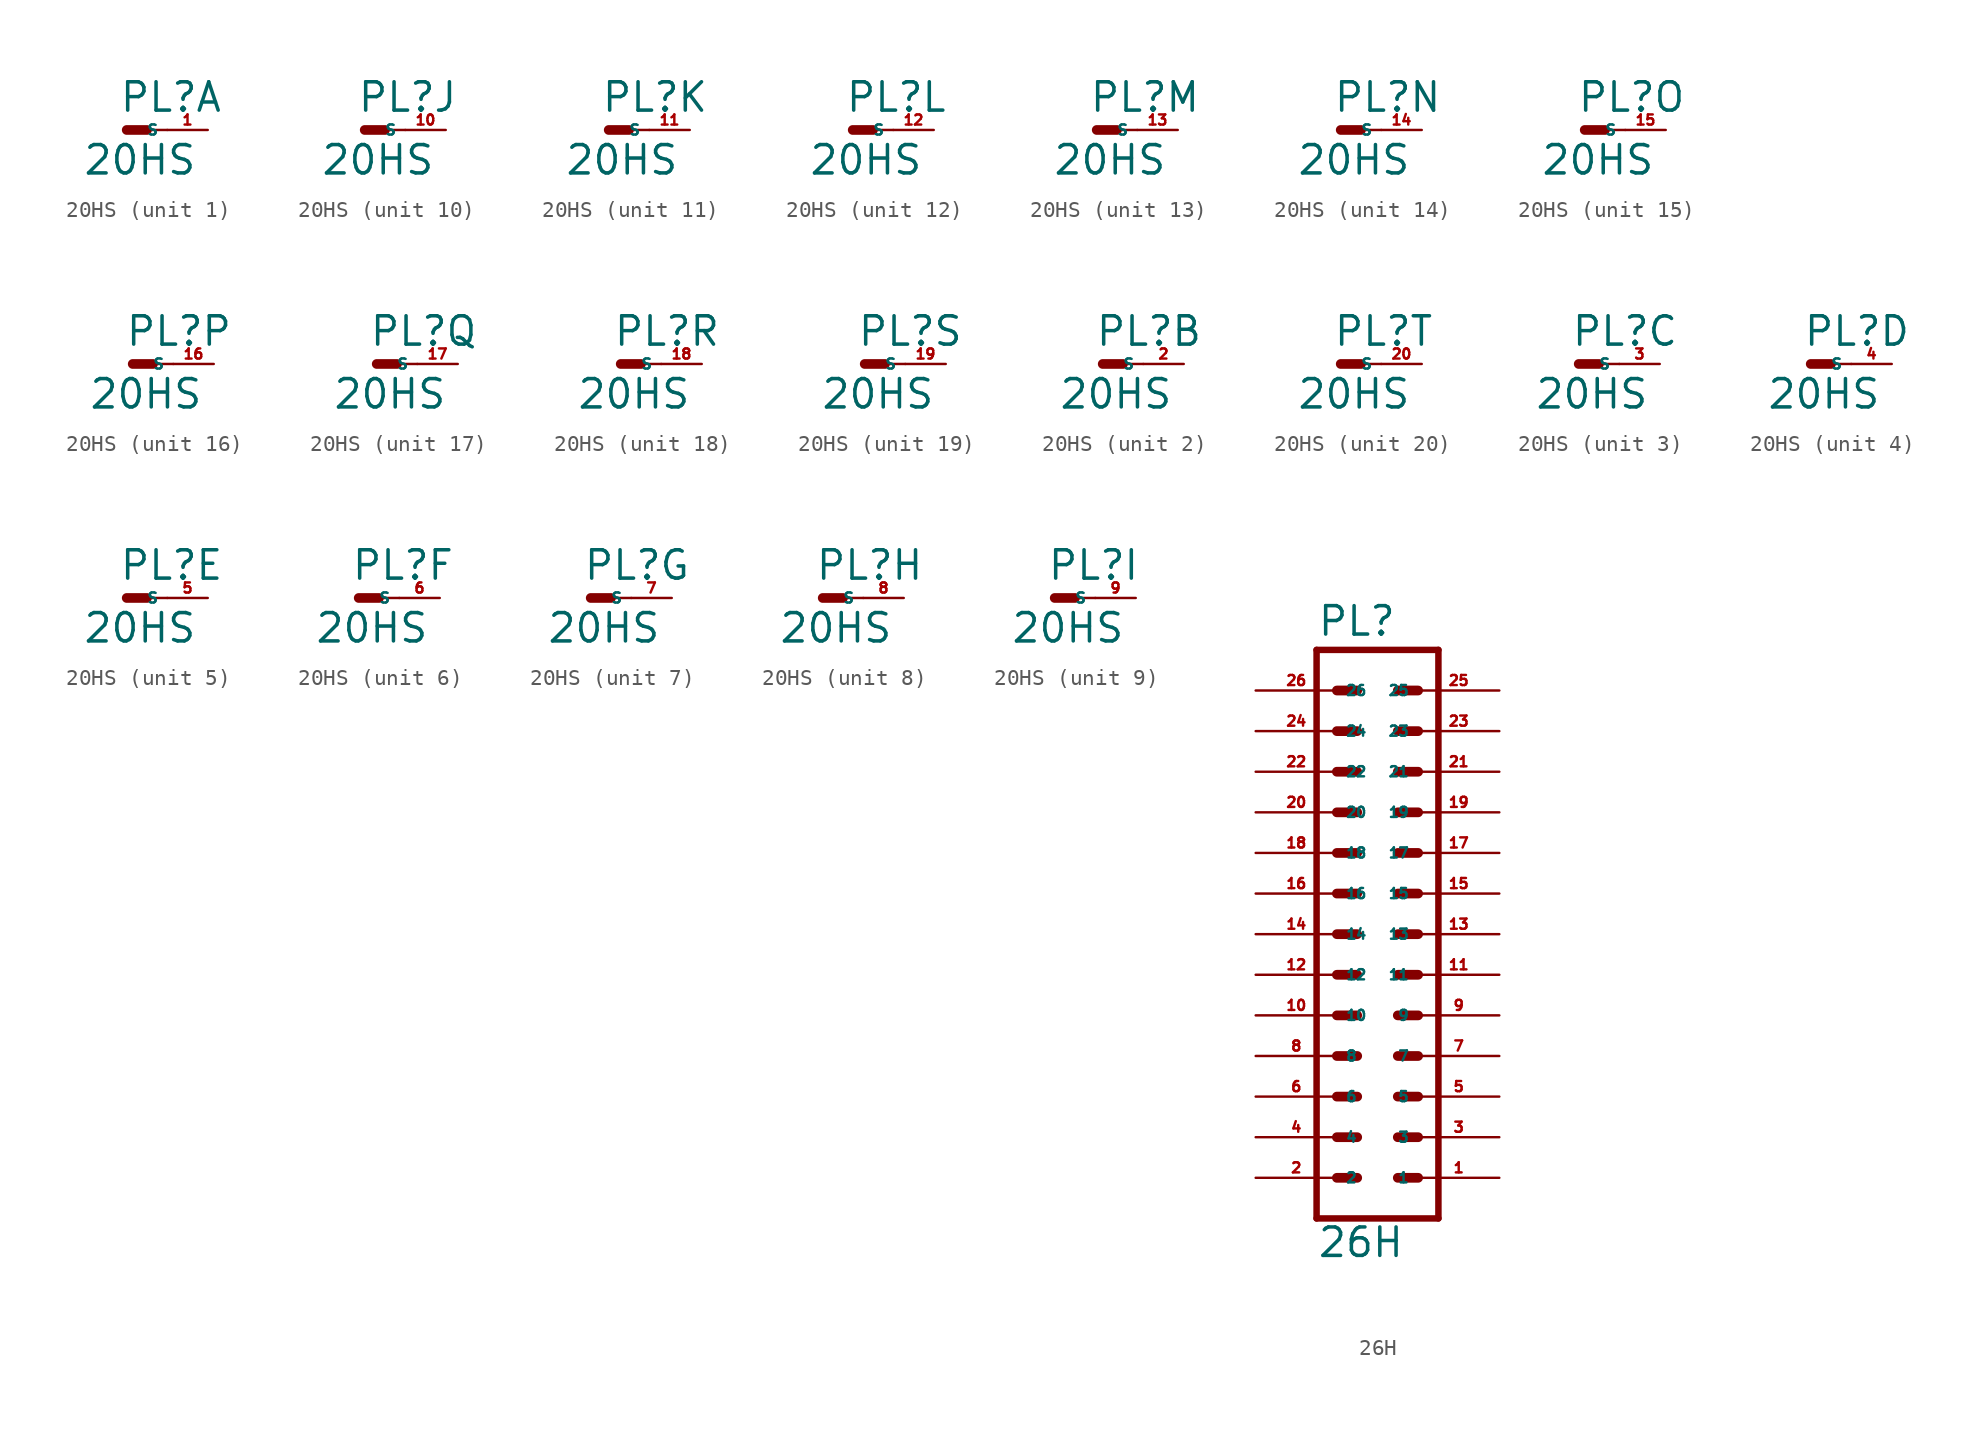
<source format=kicad_sym>
(kicad_symbol_lib
  (version 20220914)
  (generator Eagle2Kicad)
  (symbol "20HS"
    (property "Reference" "PL"
      (at -0.508 1.016 0)
      (effects (font (size 1.778 1.778) (thickness 0.22)) (justify left bottom)))
    (property "Value" "20HS"
      (at -2.794 -2.921 0)
      (effects (font (size 1.778 1.778) (thickness 0.22)) (justify left bottom)))
    (symbol "20HS_1_0"
      (polyline (pts (xy 0 0) (xy 1.27 0)) (stroke (width 0.61) (type default)) (fill (type none)))
      (polyline (pts (xy 2.54 0) (xy 1.27 0)) (stroke (width 0.152) (type default)) (fill (type none)))
      (pin passive line (at 5.08 0 180) (length 2.54) (name "S" (effects (font (size 0.635 0.635) (thickness 0.08)) (justify left bottom))) (number "1" (effects (font (size 0.635 0.635) (thickness 0.08)) (justify left bottom)))))
    (symbol "20HS_2_0"
      (polyline (pts (xy 0 0) (xy 1.27 0)) (stroke (width 0.61) (type default)) (fill (type none)))
      (polyline (pts (xy 2.54 0) (xy 1.27 0)) (stroke (width 0.152) (type default)) (fill (type none)))
      (pin passive line (at 5.08 0 180) (length 2.54) (name "S" (effects (font (size 0.635 0.635) (thickness 0.08)) (justify left bottom))) (number "2" (effects (font (size 0.635 0.635) (thickness 0.08)) (justify left bottom)))))
    (symbol "20HS_3_0"
      (polyline (pts (xy 0 0) (xy 1.27 0)) (stroke (width 0.61) (type default)) (fill (type none)))
      (polyline (pts (xy 2.54 0) (xy 1.27 0)) (stroke (width 0.152) (type default)) (fill (type none)))
      (pin passive line (at 5.08 0 180) (length 2.54) (name "S" (effects (font (size 0.635 0.635) (thickness 0.08)) (justify left bottom))) (number "3" (effects (font (size 0.635 0.635) (thickness 0.08)) (justify left bottom)))))
    (symbol "20HS_4_0"
      (polyline (pts (xy 0 0) (xy 1.27 0)) (stroke (width 0.61) (type default)) (fill (type none)))
      (polyline (pts (xy 2.54 0) (xy 1.27 0)) (stroke (width 0.152) (type default)) (fill (type none)))
      (pin passive line (at 5.08 0 180) (length 2.54) (name "S" (effects (font (size 0.635 0.635) (thickness 0.08)) (justify left bottom))) (number "4" (effects (font (size 0.635 0.635) (thickness 0.08)) (justify left bottom)))))
    (symbol "20HS_5_0"
      (polyline (pts (xy 0 0) (xy 1.27 0)) (stroke (width 0.61) (type default)) (fill (type none)))
      (polyline (pts (xy 2.54 0) (xy 1.27 0)) (stroke (width 0.152) (type default)) (fill (type none)))
      (pin passive line (at 5.08 0 180) (length 2.54) (name "S" (effects (font (size 0.635 0.635) (thickness 0.08)) (justify left bottom))) (number "5" (effects (font (size 0.635 0.635) (thickness 0.08)) (justify left bottom)))))
    (symbol "20HS_6_0"
      (polyline (pts (xy 0 0) (xy 1.27 0)) (stroke (width 0.61) (type default)) (fill (type none)))
      (polyline (pts (xy 2.54 0) (xy 1.27 0)) (stroke (width 0.152) (type default)) (fill (type none)))
      (pin passive line (at 5.08 0 180) (length 2.54) (name "S" (effects (font (size 0.635 0.635) (thickness 0.08)) (justify left bottom))) (number "6" (effects (font (size 0.635 0.635) (thickness 0.08)) (justify left bottom)))))
    (symbol "20HS_7_0"
      (polyline (pts (xy 0 0) (xy 1.27 0)) (stroke (width 0.61) (type default)) (fill (type none)))
      (polyline (pts (xy 2.54 0) (xy 1.27 0)) (stroke (width 0.152) (type default)) (fill (type none)))
      (pin passive line (at 5.08 0 180) (length 2.54) (name "S" (effects (font (size 0.635 0.635) (thickness 0.08)) (justify left bottom))) (number "7" (effects (font (size 0.635 0.635) (thickness 0.08)) (justify left bottom)))))
    (symbol "20HS_8_0"
      (polyline (pts (xy 0 0) (xy 1.27 0)) (stroke (width 0.61) (type default)) (fill (type none)))
      (polyline (pts (xy 2.54 0) (xy 1.27 0)) (stroke (width 0.152) (type default)) (fill (type none)))
      (pin passive line (at 5.08 0 180) (length 2.54) (name "S" (effects (font (size 0.635 0.635) (thickness 0.08)) (justify left bottom))) (number "8" (effects (font (size 0.635 0.635) (thickness 0.08)) (justify left bottom)))))
    (symbol "20HS_9_0"
      (polyline (pts (xy 0 0) (xy 1.27 0)) (stroke (width 0.61) (type default)) (fill (type none)))
      (polyline (pts (xy 2.54 0) (xy 1.27 0)) (stroke (width 0.152) (type default)) (fill (type none)))
      (pin passive line (at 5.08 0 180) (length 2.54) (name "S" (effects (font (size 0.635 0.635) (thickness 0.08)) (justify left bottom))) (number "9" (effects (font (size 0.635 0.635) (thickness 0.08)) (justify left bottom)))))
    (symbol "20HS_10_0"
      (polyline (pts (xy 0 0) (xy 1.27 0)) (stroke (width 0.61) (type default)) (fill (type none)))
      (polyline (pts (xy 2.54 0) (xy 1.27 0)) (stroke (width 0.152) (type default)) (fill (type none)))
      (pin passive line (at 5.08 0 180) (length 2.54) (name "S" (effects (font (size 0.635 0.635) (thickness 0.08)) (justify left bottom))) (number "10" (effects (font (size 0.635 0.635) (thickness 0.08)) (justify left bottom)))))
    (symbol "20HS_11_0"
      (polyline (pts (xy 0 0) (xy 1.27 0)) (stroke (width 0.61) (type default)) (fill (type none)))
      (polyline (pts (xy 2.54 0) (xy 1.27 0)) (stroke (width 0.152) (type default)) (fill (type none)))
      (pin passive line (at 5.08 0 180) (length 2.54) (name "S" (effects (font (size 0.635 0.635) (thickness 0.08)) (justify left bottom))) (number "11" (effects (font (size 0.635 0.635) (thickness 0.08)) (justify left bottom)))))
    (symbol "20HS_12_0"
      (polyline (pts (xy 0 0) (xy 1.27 0)) (stroke (width 0.61) (type default)) (fill (type none)))
      (polyline (pts (xy 2.54 0) (xy 1.27 0)) (stroke (width 0.152) (type default)) (fill (type none)))
      (pin passive line (at 5.08 0 180) (length 2.54) (name "S" (effects (font (size 0.635 0.635) (thickness 0.08)) (justify left bottom))) (number "12" (effects (font (size 0.635 0.635) (thickness 0.08)) (justify left bottom)))))
    (symbol "20HS_13_0"
      (polyline (pts (xy 0 0) (xy 1.27 0)) (stroke (width 0.61) (type default)) (fill (type none)))
      (polyline (pts (xy 2.54 0) (xy 1.27 0)) (stroke (width 0.152) (type default)) (fill (type none)))
      (pin passive line (at 5.08 0 180) (length 2.54) (name "S" (effects (font (size 0.635 0.635) (thickness 0.08)) (justify left bottom))) (number "13" (effects (font (size 0.635 0.635) (thickness 0.08)) (justify left bottom)))))
    (symbol "20HS_14_0"
      (polyline (pts (xy 0 0) (xy 1.27 0)) (stroke (width 0.61) (type default)) (fill (type none)))
      (polyline (pts (xy 2.54 0) (xy 1.27 0)) (stroke (width 0.152) (type default)) (fill (type none)))
      (pin passive line (at 5.08 0 180) (length 2.54) (name "S" (effects (font (size 0.635 0.635) (thickness 0.08)) (justify left bottom))) (number "14" (effects (font (size 0.635 0.635) (thickness 0.08)) (justify left bottom)))))
    (symbol "20HS_15_0"
      (polyline (pts (xy 0 0) (xy 1.27 0)) (stroke (width 0.61) (type default)) (fill (type none)))
      (polyline (pts (xy 2.54 0) (xy 1.27 0)) (stroke (width 0.152) (type default)) (fill (type none)))
      (pin passive line (at 5.08 0 180) (length 2.54) (name "S" (effects (font (size 0.635 0.635) (thickness 0.08)) (justify left bottom))) (number "15" (effects (font (size 0.635 0.635) (thickness 0.08)) (justify left bottom)))))
    (symbol "20HS_16_0"
      (polyline (pts (xy 0 0) (xy 1.27 0)) (stroke (width 0.61) (type default)) (fill (type none)))
      (polyline (pts (xy 2.54 0) (xy 1.27 0)) (stroke (width 0.152) (type default)) (fill (type none)))
      (pin passive line (at 5.08 0 180) (length 2.54) (name "S" (effects (font (size 0.635 0.635) (thickness 0.08)) (justify left bottom))) (number "16" (effects (font (size 0.635 0.635) (thickness 0.08)) (justify left bottom)))))
    (symbol "20HS_17_0"
      (polyline (pts (xy 0 0) (xy 1.27 0)) (stroke (width 0.61) (type default)) (fill (type none)))
      (polyline (pts (xy 2.54 0) (xy 1.27 0)) (stroke (width 0.152) (type default)) (fill (type none)))
      (pin passive line (at 5.08 0 180) (length 2.54) (name "S" (effects (font (size 0.635 0.635) (thickness 0.08)) (justify left bottom))) (number "17" (effects (font (size 0.635 0.635) (thickness 0.08)) (justify left bottom)))))
    (symbol "20HS_18_0"
      (polyline (pts (xy 0 0) (xy 1.27 0)) (stroke (width 0.61) (type default)) (fill (type none)))
      (polyline (pts (xy 2.54 0) (xy 1.27 0)) (stroke (width 0.152) (type default)) (fill (type none)))
      (pin passive line (at 5.08 0 180) (length 2.54) (name "S" (effects (font (size 0.635 0.635) (thickness 0.08)) (justify left bottom))) (number "18" (effects (font (size 0.635 0.635) (thickness 0.08)) (justify left bottom)))))
    (symbol "20HS_19_0"
      (polyline (pts (xy 0 0) (xy 1.27 0)) (stroke (width 0.61) (type default)) (fill (type none)))
      (polyline (pts (xy 2.54 0) (xy 1.27 0)) (stroke (width 0.152) (type default)) (fill (type none)))
      (pin passive line (at 5.08 0 180) (length 2.54) (name "S" (effects (font (size 0.635 0.635) (thickness 0.08)) (justify left bottom))) (number "19" (effects (font (size 0.635 0.635) (thickness 0.08)) (justify left bottom)))))
    (symbol "20HS_20_0"
      (polyline (pts (xy 0 0) (xy 1.27 0)) (stroke (width 0.61) (type default)) (fill (type none)))
      (polyline (pts (xy 2.54 0) (xy 1.27 0)) (stroke (width 0.152) (type default)) (fill (type none)))
      (pin passive line (at 5.08 0 180) (length 2.54) (name "S" (effects (font (size 0.635 0.635) (thickness 0.08)) (justify left bottom))) (number "20" (effects (font (size 0.635 0.635) (thickness 0.08)) (justify left bottom))))))
  (symbol "26H"
    (property "Reference" "PL"
      (at -3.81 18.542 0)
      (effects (font (size 1.778 1.778) (thickness 0.22)) (justify left bottom)))
    (property "Value" "26H"
      (at -3.81 -20.32 0)
      (effects (font (size 1.778 1.778) (thickness 0.22)) (justify left bottom)))
    (polyline
      (pts (xy 3.81 -17.78) (xy -3.81 -17.78))
      (stroke (width 0.406) (type default))
      (fill (type none)))
    (polyline
      (pts (xy 1.27 -5.08) (xy 2.54 -5.08))
      (stroke (width 0.61) (type default))
      (fill (type none)))
    (polyline
      (pts (xy 1.27 -7.62) (xy 2.54 -7.62))
      (stroke (width 0.61) (type default))
      (fill (type none)))
    (polyline
      (pts (xy 1.27 -10.16) (xy 2.54 -10.16))
      (stroke (width 0.61) (type default))
      (fill (type none)))
    (polyline
      (pts (xy 1.27 -12.7) (xy 2.54 -12.7))
      (stroke (width 0.61) (type default))
      (fill (type none)))
    (polyline
      (pts (xy 1.27 -15.24) (xy 2.54 -15.24))
      (stroke (width 0.61) (type default))
      (fill (type none)))
    (polyline
      (pts (xy -2.54 -5.08) (xy -1.27 -5.08))
      (stroke (width 0.61) (type default))
      (fill (type none)))
    (polyline
      (pts (xy -2.54 -7.62) (xy -1.27 -7.62))
      (stroke (width 0.61) (type default))
      (fill (type none)))
    (polyline
      (pts (xy -2.54 -10.16) (xy -1.27 -10.16))
      (stroke (width 0.61) (type default))
      (fill (type none)))
    (polyline
      (pts (xy -2.54 -12.7) (xy -1.27 -12.7))
      (stroke (width 0.61) (type default))
      (fill (type none)))
    (polyline
      (pts (xy -2.54 -15.24) (xy -1.27 -15.24))
      (stroke (width 0.61) (type default))
      (fill (type none)))
    (polyline
      (pts (xy 1.27 7.62) (xy 2.54 7.62))
      (stroke (width 0.61) (type default))
      (fill (type none)))
    (polyline
      (pts (xy 1.27 5.08) (xy 2.54 5.08))
      (stroke (width 0.61) (type default))
      (fill (type none)))
    (polyline
      (pts (xy 1.27 2.54) (xy 2.54 2.54))
      (stroke (width 0.61) (type default))
      (fill (type none)))
    (polyline
      (pts (xy 1.27 0) (xy 2.54 0))
      (stroke (width 0.61) (type default))
      (fill (type none)))
    (polyline
      (pts (xy 1.27 -2.54) (xy 2.54 -2.54))
      (stroke (width 0.61) (type default))
      (fill (type none)))
    (polyline
      (pts (xy -2.54 7.62) (xy -1.27 7.62))
      (stroke (width 0.61) (type default))
      (fill (type none)))
    (polyline
      (pts (xy -2.54 5.08) (xy -1.27 5.08))
      (stroke (width 0.61) (type default))
      (fill (type none)))
    (polyline
      (pts (xy -2.54 2.54) (xy -1.27 2.54))
      (stroke (width 0.61) (type default))
      (fill (type none)))
    (polyline
      (pts (xy -2.54 0) (xy -1.27 0))
      (stroke (width 0.61) (type default))
      (fill (type none)))
    (polyline
      (pts (xy -2.54 -2.54) (xy -1.27 -2.54))
      (stroke (width 0.61) (type default))
      (fill (type none)))
    (polyline
      (pts (xy -3.81 17.78) (xy -3.81 -17.78))
      (stroke (width 0.406) (type default))
      (fill (type none)))
    (polyline
      (pts (xy 3.81 -17.78) (xy 3.81 17.78))
      (stroke (width 0.406) (type default))
      (fill (type none)))
    (polyline
      (pts (xy -3.81 17.78) (xy 3.81 17.78))
      (stroke (width 0.406) (type default))
      (fill (type none)))
    (polyline
      (pts (xy 1.27 15.24) (xy 2.54 15.24))
      (stroke (width 0.61) (type default))
      (fill (type none)))
    (polyline
      (pts (xy 1.27 12.7) (xy 2.54 12.7))
      (stroke (width 0.61) (type default))
      (fill (type none)))
    (polyline
      (pts (xy 1.27 10.16) (xy 2.54 10.16))
      (stroke (width 0.61) (type default))
      (fill (type none)))
    (polyline
      (pts (xy -2.54 15.24) (xy -1.27 15.24))
      (stroke (width 0.61) (type default))
      (fill (type none)))
    (polyline
      (pts (xy -2.54 12.7) (xy -1.27 12.7))
      (stroke (width 0.61) (type default))
      (fill (type none)))
    (polyline
      (pts (xy -2.54 10.16) (xy -1.27 10.16))
      (stroke (width 0.61) (type default))
      (fill (type none)))
    (pin passive line
      (at 7.62 -15.24 180)
      (length 5.08)
      (name "1" (effects (font (size 0.635 0.635) (thickness 0.08)) (justify left bottom)))
      (number "1" (effects (font (size 0.635 0.635) (thickness 0.08)) (justify left bottom))))
    (pin passive line
      (at 7.62 -12.7 180)
      (length 5.08)
      (name "3" (effects (font (size 0.635 0.635) (thickness 0.08)) (justify left bottom)))
      (number "3" (effects (font (size 0.635 0.635) (thickness 0.08)) (justify left bottom))))
    (pin passive line
      (at 7.62 -10.16 180)
      (length 5.08)
      (name "5" (effects (font (size 0.635 0.635) (thickness 0.08)) (justify left bottom)))
      (number "5" (effects (font (size 0.635 0.635) (thickness 0.08)) (justify left bottom))))
    (pin passive line
      (at 7.62 -7.62 180)
      (length 5.08)
      (name "7" (effects (font (size 0.635 0.635) (thickness 0.08)) (justify left bottom)))
      (number "7" (effects (font (size 0.635 0.635) (thickness 0.08)) (justify left bottom))))
    (pin passive line
      (at 7.62 -5.08 180)
      (length 5.08)
      (name "9" (effects (font (size 0.635 0.635) (thickness 0.08)) (justify left bottom)))
      (number "9" (effects (font (size 0.635 0.635) (thickness 0.08)) (justify left bottom))))
    (pin passive line
      (at -7.62 -15.24 0)
      (length 5.08)
      (name "2" (effects (font (size 0.635 0.635) (thickness 0.08)) (justify left bottom)))
      (number "2" (effects (font (size 0.635 0.635) (thickness 0.08)) (justify left bottom))))
    (pin passive line
      (at -7.62 -12.7 0)
      (length 5.08)
      (name "4" (effects (font (size 0.635 0.635) (thickness 0.08)) (justify left bottom)))
      (number "4" (effects (font (size 0.635 0.635) (thickness 0.08)) (justify left bottom))))
    (pin passive line
      (at -7.62 -10.16 0)
      (length 5.08)
      (name "6" (effects (font (size 0.635 0.635) (thickness 0.08)) (justify left bottom)))
      (number "6" (effects (font (size 0.635 0.635) (thickness 0.08)) (justify left bottom))))
    (pin passive line
      (at -7.62 -7.62 0)
      (length 5.08)
      (name "8" (effects (font (size 0.635 0.635) (thickness 0.08)) (justify left bottom)))
      (number "8" (effects (font (size 0.635 0.635) (thickness 0.08)) (justify left bottom))))
    (pin passive line
      (at -7.62 -5.08 0)
      (length 5.08)
      (name "10" (effects (font (size 0.635 0.635) (thickness 0.08)) (justify left bottom)))
      (number "10" (effects (font (size 0.635 0.635) (thickness 0.08)) (justify left bottom))))
    (pin passive line
      (at 7.62 -2.54 180)
      (length 5.08)
      (name "11" (effects (font (size 0.635 0.635) (thickness 0.08)) (justify left bottom)))
      (number "11" (effects (font (size 0.635 0.635) (thickness 0.08)) (justify left bottom))))
    (pin passive line
      (at 7.62 0 180)
      (length 5.08)
      (name "13" (effects (font (size 0.635 0.635) (thickness 0.08)) (justify left bottom)))
      (number "13" (effects (font (size 0.635 0.635) (thickness 0.08)) (justify left bottom))))
    (pin passive line
      (at 7.62 2.54 180)
      (length 5.08)
      (name "15" (effects (font (size 0.635 0.635) (thickness 0.08)) (justify left bottom)))
      (number "15" (effects (font (size 0.635 0.635) (thickness 0.08)) (justify left bottom))))
    (pin passive line
      (at 7.62 5.08 180)
      (length 5.08)
      (name "17" (effects (font (size 0.635 0.635) (thickness 0.08)) (justify left bottom)))
      (number "17" (effects (font (size 0.635 0.635) (thickness 0.08)) (justify left bottom))))
    (pin passive line
      (at 7.62 7.62 180)
      (length 5.08)
      (name "19" (effects (font (size 0.635 0.635) (thickness 0.08)) (justify left bottom)))
      (number "19" (effects (font (size 0.635 0.635) (thickness 0.08)) (justify left bottom))))
    (pin passive line
      (at -7.62 -2.54 0)
      (length 5.08)
      (name "12" (effects (font (size 0.635 0.635) (thickness 0.08)) (justify left bottom)))
      (number "12" (effects (font (size 0.635 0.635) (thickness 0.08)) (justify left bottom))))
    (pin passive line
      (at -7.62 0 0)
      (length 5.08)
      (name "14" (effects (font (size 0.635 0.635) (thickness 0.08)) (justify left bottom)))
      (number "14" (effects (font (size 0.635 0.635) (thickness 0.08)) (justify left bottom))))
    (pin passive line
      (at -7.62 2.54 0)
      (length 5.08)
      (name "16" (effects (font (size 0.635 0.635) (thickness 0.08)) (justify left bottom)))
      (number "16" (effects (font (size 0.635 0.635) (thickness 0.08)) (justify left bottom))))
    (pin passive line
      (at -7.62 5.08 0)
      (length 5.08)
      (name "18" (effects (font (size 0.635 0.635) (thickness 0.08)) (justify left bottom)))
      (number "18" (effects (font (size 0.635 0.635) (thickness 0.08)) (justify left bottom))))
    (pin passive line
      (at -7.62 7.62 0)
      (length 5.08)
      (name "20" (effects (font (size 0.635 0.635) (thickness 0.08)) (justify left bottom)))
      (number "20" (effects (font (size 0.635 0.635) (thickness 0.08)) (justify left bottom))))
    (pin passive line
      (at 7.62 10.16 180)
      (length 5.08)
      (name "21" (effects (font (size 0.635 0.635) (thickness 0.08)) (justify left bottom)))
      (number "21" (effects (font (size 0.635 0.635) (thickness 0.08)) (justify left bottom))))
    (pin passive line
      (at 7.62 12.7 180)
      (length 5.08)
      (name "23" (effects (font (size 0.635 0.635) (thickness 0.08)) (justify left bottom)))
      (number "23" (effects (font (size 0.635 0.635) (thickness 0.08)) (justify left bottom))))
    (pin passive line
      (at 7.62 15.24 180)
      (length 5.08)
      (name "25" (effects (font (size 0.635 0.635) (thickness 0.08)) (justify left bottom)))
      (number "25" (effects (font (size 0.635 0.635) (thickness 0.08)) (justify left bottom))))
    (pin passive line
      (at -7.62 10.16 0)
      (length 5.08)
      (name "22" (effects (font (size 0.635 0.635) (thickness 0.08)) (justify left bottom)))
      (number "22" (effects (font (size 0.635 0.635) (thickness 0.08)) (justify left bottom))))
    (pin passive line
      (at -7.62 12.7 0)
      (length 5.08)
      (name "24" (effects (font (size 0.635 0.635) (thickness 0.08)) (justify left bottom)))
      (number "24" (effects (font (size 0.635 0.635) (thickness 0.08)) (justify left bottom))))
    (pin passive line
      (at -7.62 15.24 0)
      (length 5.08)
      (name "26" (effects (font (size 0.635 0.635) (thickness 0.08)) (justify left bottom)))
      (number "26" (effects (font (size 0.635 0.635) (thickness 0.08)) (justify left bottom))))))
</source>
